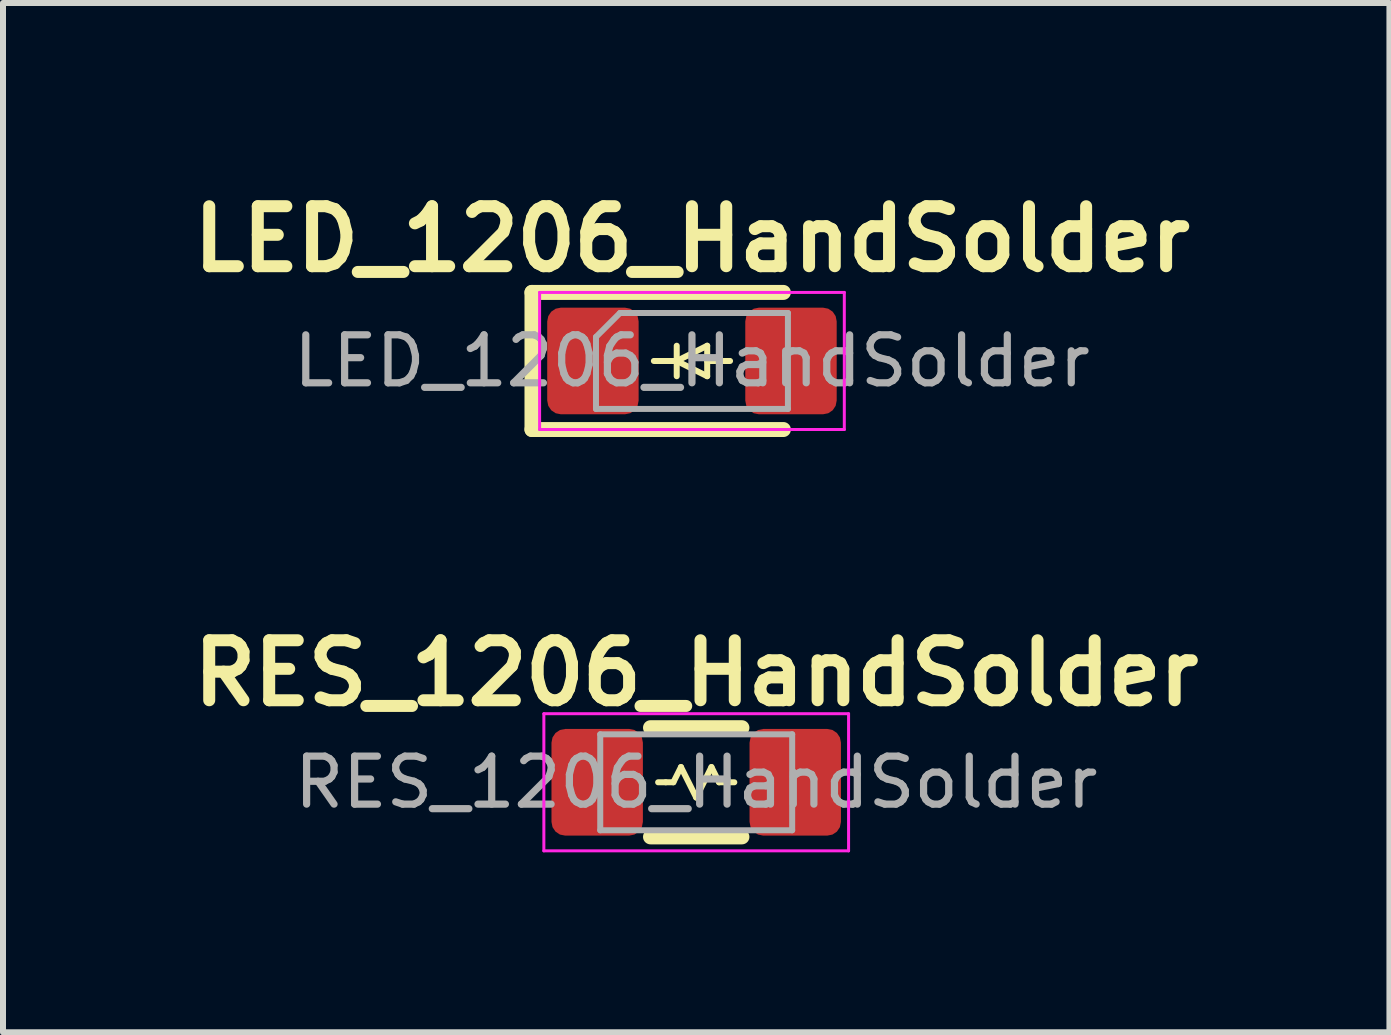
<source format=kicad_pcb>
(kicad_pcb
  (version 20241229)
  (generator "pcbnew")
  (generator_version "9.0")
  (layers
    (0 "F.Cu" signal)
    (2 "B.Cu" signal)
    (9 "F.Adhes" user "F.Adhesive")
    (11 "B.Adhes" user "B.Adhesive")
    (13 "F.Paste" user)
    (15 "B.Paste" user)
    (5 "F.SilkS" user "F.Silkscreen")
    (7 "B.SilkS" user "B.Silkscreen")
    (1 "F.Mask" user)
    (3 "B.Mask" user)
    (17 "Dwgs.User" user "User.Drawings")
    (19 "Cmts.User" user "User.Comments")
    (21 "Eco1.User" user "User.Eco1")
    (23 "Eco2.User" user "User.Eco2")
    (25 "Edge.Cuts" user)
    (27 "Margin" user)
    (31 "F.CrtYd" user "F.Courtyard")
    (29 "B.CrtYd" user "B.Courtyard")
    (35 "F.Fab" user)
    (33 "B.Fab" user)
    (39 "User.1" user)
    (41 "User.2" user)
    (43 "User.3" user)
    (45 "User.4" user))
  (footprint "RES_1206_HandSolder"
    (layer "F.Cu")
    (at 8.557 9.992)
    (property "Reference" "RES_1206_HandSolder" (at 0 -1.82 0) (layer "F.SilkS") (effects (font (size 1 1) (thickness 0.2) (bold yes))))
    (attr smd)
    (fp_line (start -0.762 -0.91) (end 0.762 -0.91) (stroke (width 0.25) (type solid)) (layer "F.SilkS"))
    (fp_line (start -0.762 0.91) (end 0.762 0.91) (stroke (width 0.25) (type solid)) (layer "F.SilkS"))
    (fp_line (start -0.635 0) (end -0.508 0) (stroke (width 0.1) (type default)) (layer "F.SilkS"))
    (fp_line (start -0.508 0) (end -0.381 0) (stroke (width 0.1) (type default)) (layer "F.SilkS"))
    (fp_line (start -0.381 0) (end -0.254 -0.254) (stroke (width 0.1) (type default)) (layer "F.SilkS"))
    (fp_line (start -0.254 -0.254) (end 0 0.254) (stroke (width 0.1) (type default)) (layer "F.SilkS"))
    (fp_line (start 0 0.254) (end 0.254 -0.254) (stroke (width 0.1) (type default)) (layer "F.SilkS"))
    (fp_line (start 0.254 -0.254) (end 0.381 0) (stroke (width 0.1) (type default)) (layer "F.SilkS"))
    (fp_line (start 0.381 0) (end 0.635 0) (stroke (width 0.1) (type default)) (layer "F.SilkS"))
    (fp_line (start -2.54 -1.143) (end 2.54 -1.143) (stroke (width 0.05) (type solid)) (layer "F.CrtYd"))
    (fp_line (start -2.54 1.143) (end -2.54 -1.143) (stroke (width 0.05) (type solid)) (layer "F.CrtYd"))
    (fp_line (start 2.54 -1.143) (end 2.54 1.143) (stroke (width 0.05) (type solid)) (layer "F.CrtYd"))
    (fp_line (start 2.54 1.143) (end -2.54 1.143) (stroke (width 0.05) (type solid)) (layer "F.CrtYd"))
    (fp_line (start -1.6 -0.8) (end 1.6 -0.8) (stroke (width 0.1) (type solid)) (layer "F.Fab"))
    (fp_line (start -1.6 0.8) (end -1.6 -0.8) (stroke (width 0.1) (type solid)) (layer "F.Fab"))
    (fp_line (start 1.6 -0.8) (end 1.6 0.8) (stroke (width 0.1) (type solid)) (layer "F.Fab"))
    (fp_line (start 1.6 0.8) (end -1.6 0.8) (stroke (width 0.1) (type solid)) (layer "F.Fab"))
    (fp_text user "${REFERENCE}" (at 0 0 0) (layer "F.Fab") (effects (font (size 0.8 0.8) (thickness 0.12))))
    (pad "1" smd roundrect (at -1.524 0) (size 1.524 1.778) (drill (offset -0.127 0)) (layers "F.Cu" "F.Mask" "F.Paste") (roundrect_rratio 0.15))
    (pad "2" smd roundrect (at 1.524 0) (size 1.524 1.778) (drill (offset 0.127 0)) (layers "F.Cu" "F.Mask" "F.Paste") (roundrect_rratio 0.15)))
  (footprint "LED_1206_HandSolder"
    (layer "F.Cu")
    (at 8.486 2.968)
    (property "Reference" "LED_1206_HandSolder" (at 0 -2.032 0) (layer "F.SilkS") (effects (font (size 1 1) (thickness 0.2) (bold yes))))
    (attr smd)
    (fp_line (start -2.667 -1.143) (end -2.667 1.143) (stroke (width 0.25) (type solid)) (layer "F.SilkS"))
    (fp_line (start -2.667 1.143) (end 1.524 1.143) (stroke (width 0.25) (type solid)) (layer "F.SilkS"))
    (fp_line (start -0.635 0) (end -0.254 0) (stroke (width 0.1) (type default)) (layer "F.SilkS"))
    (fp_line (start -0.254 -0.254) (end -0.254 0.254) (stroke (width 0.1) (type default)) (layer "F.SilkS"))
    (fp_line (start -0.254 0) (end 0.254 -0.254) (stroke (width 0.1) (type default)) (layer "F.SilkS"))
    (fp_line (start 0.254 -0.254) (end 0.254 0.254) (stroke (width 0.1) (type default)) (layer "F.SilkS"))
    (fp_line (start 0.254 0) (end 0.635 0) (stroke (width 0.1) (type default)) (layer "F.SilkS"))
    (fp_line (start 0.254 0.254) (end -0.254 0) (stroke (width 0.1) (type default)) (layer "F.SilkS"))
    (fp_line (start 1.524 -1.143) (end -2.667 -1.143) (stroke (width 0.25) (type solid)) (layer "F.SilkS"))
    (fp_line (start -2.54 -1.143) (end 2.54 -1.143) (stroke (width 0.05) (type solid)) (layer "F.CrtYd"))
    (fp_line (start -2.54 1.143) (end -2.54 -1.143) (stroke (width 0.05) (type solid)) (layer "F.CrtYd"))
    (fp_line (start 2.54 -1.143) (end 2.54 1.143) (stroke (width 0.05) (type solid)) (layer "F.CrtYd"))
    (fp_line (start 2.54 1.143) (end -2.54 1.143) (stroke (width 0.05) (type solid)) (layer "F.CrtYd"))
    (fp_line (start -1.6 -0.4) (end -1.6 0.8) (stroke (width 0.1) (type solid)) (layer "F.Fab"))
    (fp_line (start -1.6 0.8) (end 1.6 0.8) (stroke (width 0.1) (type solid)) (layer "F.Fab"))
    (fp_line (start -1.2 -0.8) (end -1.6 -0.4) (stroke (width 0.1) (type solid)) (layer "F.Fab"))
    (fp_line (start 1.6 -0.8) (end -1.2 -0.8) (stroke (width 0.1) (type solid)) (layer "F.Fab"))
    (fp_line (start 1.6 0.8) (end 1.6 -0.8) (stroke (width 0.1) (type solid)) (layer "F.Fab"))
    (fp_text user "${REFERENCE}" (at 0 0 0) (layer "F.Fab") (effects (font (size 0.8 0.8) (thickness 0.12))))
    (pad "1" smd roundrect (at -1.524 0) (size 1.524 1.778) (drill (offset -0.127 0)) (layers "F.Cu" "F.Mask" "F.Paste") (roundrect_rratio 0.15))
    (pad "2" smd roundrect (at 1.524 0) (size 1.524 1.778) (drill (offset 0.127 0)) (layers "F.Cu" "F.Mask" "F.Paste") (roundrect_rratio 0.15)))
  (gr_rect
    (start -3 -3)
    (end 20.114 14.16)
    (stroke (width 0.1) (type default))
    (fill no)
    (layer "Edge.Cuts")))
</source>
